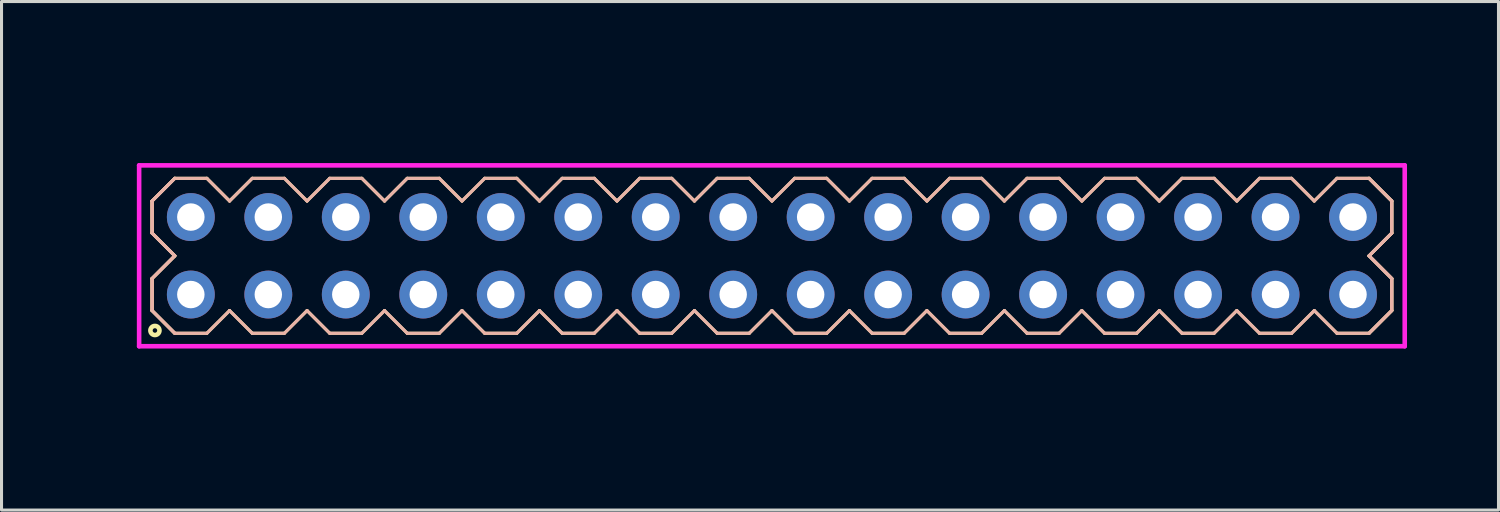
<source format=kicad_pcb>
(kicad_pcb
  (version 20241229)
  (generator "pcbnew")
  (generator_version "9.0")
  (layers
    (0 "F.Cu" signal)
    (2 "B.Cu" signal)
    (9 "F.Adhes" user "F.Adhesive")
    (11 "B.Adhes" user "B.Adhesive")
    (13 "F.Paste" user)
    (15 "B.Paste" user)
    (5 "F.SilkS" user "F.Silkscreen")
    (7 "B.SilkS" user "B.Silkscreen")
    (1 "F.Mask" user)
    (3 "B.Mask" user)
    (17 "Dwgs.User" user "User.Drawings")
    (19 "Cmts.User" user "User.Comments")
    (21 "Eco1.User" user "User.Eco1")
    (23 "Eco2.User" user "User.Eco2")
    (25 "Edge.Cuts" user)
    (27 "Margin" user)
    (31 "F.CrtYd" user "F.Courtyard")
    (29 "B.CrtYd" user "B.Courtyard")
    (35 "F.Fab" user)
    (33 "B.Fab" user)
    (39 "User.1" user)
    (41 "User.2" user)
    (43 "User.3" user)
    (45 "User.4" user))
  (footprint "HDR254P16x2"
    (layer "F.Cu")
    (at 22.256 5.336)
    (property "Reference" "HDR254P16x2" (at -21.495 0 90) (layer "User.1") (effects (font (size 1 1) (thickness 0.1))))
    (attr through_hole)
    (fp_line (start -20.32 -1.796) (end -19.576 -2.54) (stroke (width 0.1) (type solid)) (layer "F.SilkS"))
    (fp_line (start -20.32 -1.796) (end -19.576 -2.54) (stroke (width 0.1) (type solid)) (layer "F.SilkS"))
    (fp_line (start -20.32 -0.744) (end -20.32 -1.796) (stroke (width 0.1) (type solid)) (layer "F.SilkS"))
    (fp_line (start -20.32 -0.744) (end -20.32 -1.796) (stroke (width 0.1) (type solid)) (layer "F.SilkS"))
    (fp_line (start -20.32 0.744) (end -19.576 0) (stroke (width 0.1) (type solid)) (layer "F.SilkS"))
    (fp_line (start -20.32 0.744) (end -19.576 0) (stroke (width 0.1) (type solid)) (layer "F.SilkS"))
    (fp_line (start -20.32 1.796) (end -20.32 0.744) (stroke (width 0.1) (type solid)) (layer "F.SilkS"))
    (fp_line (start -20.32 1.796) (end -20.32 0.744) (stroke (width 0.1) (type solid)) (layer "F.SilkS"))
    (fp_line (start -19.576 -2.54) (end -18.524 -2.54) (stroke (width 0.1) (type solid)) (layer "F.SilkS"))
    (fp_line (start -19.576 0) (end -20.32 -0.744) (stroke (width 0.1) (type solid)) (layer "F.SilkS"))
    (fp_line (start -19.576 0) (end -20.32 -0.744) (stroke (width 0.1) (type solid)) (layer "F.SilkS"))
    (fp_line (start -19.576 2.54) (end -20.32 1.796) (stroke (width 0.1) (type solid)) (layer "F.SilkS"))
    (fp_line (start -19.576 2.54) (end -20.32 1.796) (stroke (width 0.1) (type solid)) (layer "F.SilkS"))
    (fp_line (start -18.524 -2.54) (end -17.78 -1.796) (stroke (width 0.1) (type solid)) (layer "F.SilkS"))
    (fp_line (start -18.524 2.54) (end -19.576 2.54) (stroke (width 0.1) (type solid)) (layer "F.SilkS"))
    (fp_line (start -17.78 -1.796) (end -17.036 -2.54) (stroke (width 0.1) (type solid)) (layer "F.SilkS"))
    (fp_line (start -17.78 1.796) (end -18.524 2.54) (stroke (width 0.1) (type solid)) (layer "F.SilkS"))
    (fp_line (start -17.036 -2.54) (end -15.984 -2.54) (stroke (width 0.1) (type solid)) (layer "F.SilkS"))
    (fp_line (start -17.036 2.54) (end -17.78 1.796) (stroke (width 0.1) (type solid)) (layer "F.SilkS"))
    (fp_line (start -15.984 -2.54) (end -15.24 -1.796) (stroke (width 0.1) (type solid)) (layer "F.SilkS"))
    (fp_line (start -15.984 2.54) (end -17.036 2.54) (stroke (width 0.1) (type solid)) (layer "F.SilkS"))
    (fp_line (start -15.24 -1.796) (end -14.496 -2.54) (stroke (width 0.1) (type solid)) (layer "F.SilkS"))
    (fp_line (start -15.24 1.796) (end -15.984 2.54) (stroke (width 0.1) (type solid)) (layer "F.SilkS"))
    (fp_line (start -14.496 -2.54) (end -13.444 -2.54) (stroke (width 0.1) (type solid)) (layer "F.SilkS"))
    (fp_line (start -14.496 2.54) (end -15.24 1.796) (stroke (width 0.1) (type solid)) (layer "F.SilkS"))
    (fp_line (start -13.444 -2.54) (end -12.7 -1.796) (stroke (width 0.1) (type solid)) (layer "F.SilkS"))
    (fp_line (start -13.444 2.54) (end -14.496 2.54) (stroke (width 0.1) (type solid)) (layer "F.SilkS"))
    (fp_line (start -12.7 -1.796) (end -11.956 -2.54) (stroke (width 0.1) (type solid)) (layer "F.SilkS"))
    (fp_line (start -12.7 1.796) (end -13.444 2.54) (stroke (width 0.1) (type solid)) (layer "F.SilkS"))
    (fp_line (start -11.956 -2.54) (end -10.904 -2.54) (stroke (width 0.1) (type solid)) (layer "F.SilkS"))
    (fp_line (start -11.956 2.54) (end -12.7 1.796) (stroke (width 0.1) (type solid)) (layer "F.SilkS"))
    (fp_line (start -10.904 -2.54) (end -10.16 -1.796) (stroke (width 0.1) (type solid)) (layer "F.SilkS"))
    (fp_line (start -10.904 2.54) (end -11.956 2.54) (stroke (width 0.1) (type solid)) (layer "F.SilkS"))
    (fp_line (start -10.16 -1.796) (end -9.416 -2.54) (stroke (width 0.1) (type solid)) (layer "F.SilkS"))
    (fp_line (start -10.16 1.796) (end -10.904 2.54) (stroke (width 0.1) (type solid)) (layer "F.SilkS"))
    (fp_line (start -9.416 -2.54) (end -8.364 -2.54) (stroke (width 0.1) (type solid)) (layer "F.SilkS"))
    (fp_line (start -9.416 2.54) (end -10.16 1.796) (stroke (width 0.1) (type solid)) (layer "F.SilkS"))
    (fp_line (start -8.364 -2.54) (end -7.62 -1.796) (stroke (width 0.1) (type solid)) (layer "F.SilkS"))
    (fp_line (start -8.364 2.54) (end -9.416 2.54) (stroke (width 0.1) (type solid)) (layer "F.SilkS"))
    (fp_line (start -7.62 -1.796) (end -6.876 -2.54) (stroke (width 0.1) (type solid)) (layer "F.SilkS"))
    (fp_line (start -7.62 1.796) (end -8.364 2.54) (stroke (width 0.1) (type solid)) (layer "F.SilkS"))
    (fp_line (start -6.876 -2.54) (end -5.824 -2.54) (stroke (width 0.1) (type solid)) (layer "F.SilkS"))
    (fp_line (start -6.876 2.54) (end -7.62 1.796) (stroke (width 0.1) (type solid)) (layer "F.SilkS"))
    (fp_line (start -5.824 -2.54) (end -5.08 -1.796) (stroke (width 0.1) (type solid)) (layer "F.SilkS"))
    (fp_line (start -5.824 2.54) (end -6.876 2.54) (stroke (width 0.1) (type solid)) (layer "F.SilkS"))
    (fp_line (start -5.08 -1.796) (end -4.336 -2.54) (stroke (width 0.1) (type solid)) (layer "F.SilkS"))
    (fp_line (start -5.08 1.796) (end -5.824 2.54) (stroke (width 0.1) (type solid)) (layer "F.SilkS"))
    (fp_line (start -4.336 -2.54) (end -3.284 -2.54) (stroke (width 0.1) (type solid)) (layer "F.SilkS"))
    (fp_line (start -4.336 2.54) (end -5.08 1.796) (stroke (width 0.1) (type solid)) (layer "F.SilkS"))
    (fp_line (start -3.284 -2.54) (end -2.54 -1.796) (stroke (width 0.1) (type solid)) (layer "F.SilkS"))
    (fp_line (start -3.284 2.54) (end -4.336 2.54) (stroke (width 0.1) (type solid)) (layer "F.SilkS"))
    (fp_line (start -2.54 -1.796) (end -1.796 -2.54) (stroke (width 0.1) (type solid)) (layer "F.SilkS"))
    (fp_line (start -2.54 1.796) (end -3.284 2.54) (stroke (width 0.1) (type solid)) (layer "F.SilkS"))
    (fp_line (start -1.796 -2.54) (end -0.744 -2.54) (stroke (width 0.1) (type solid)) (layer "F.SilkS"))
    (fp_line (start -1.796 2.54) (end -2.54 1.796) (stroke (width 0.1) (type solid)) (layer "F.SilkS"))
    (fp_line (start -0.744 -2.54) (end 0 -1.796) (stroke (width 0.1) (type solid)) (layer "F.SilkS"))
    (fp_line (start -0.744 2.54) (end -1.796 2.54) (stroke (width 0.1) (type solid)) (layer "F.SilkS"))
    (fp_line (start 0 -1.796) (end 0.744 -2.54) (stroke (width 0.1) (type solid)) (layer "F.SilkS"))
    (fp_line (start 0 1.796) (end -0.744 2.54) (stroke (width 0.1) (type solid)) (layer "F.SilkS"))
    (fp_line (start 0.744 -2.54) (end 1.796 -2.54) (stroke (width 0.1) (type solid)) (layer "F.SilkS"))
    (fp_line (start 0.744 2.54) (end 0 1.796) (stroke (width 0.1) (type solid)) (layer "F.SilkS"))
    (fp_line (start 1.796 -2.54) (end 2.54 -1.796) (stroke (width 0.1) (type solid)) (layer "F.SilkS"))
    (fp_line (start 1.796 2.54) (end 0.744 2.54) (stroke (width 0.1) (type solid)) (layer "F.SilkS"))
    (fp_line (start 2.54 -1.796) (end 3.284 -2.54) (stroke (width 0.1) (type solid)) (layer "F.SilkS"))
    (fp_line (start 2.54 1.796) (end 1.796 2.54) (stroke (width 0.1) (type solid)) (layer "F.SilkS"))
    (fp_line (start 3.284 -2.54) (end 4.336 -2.54) (stroke (width 0.1) (type solid)) (layer "F.SilkS"))
    (fp_line (start 3.284 2.54) (end 2.54 1.796) (stroke (width 0.1) (type solid)) (layer "F.SilkS"))
    (fp_line (start 4.336 -2.54) (end 5.08 -1.796) (stroke (width 0.1) (type solid)) (layer "F.SilkS"))
    (fp_line (start 4.336 2.54) (end 3.284 2.54) (stroke (width 0.1) (type solid)) (layer "F.SilkS"))
    (fp_line (start 5.08 -1.796) (end 5.824 -2.54) (stroke (width 0.1) (type solid)) (layer "F.SilkS"))
    (fp_line (start 5.08 1.796) (end 4.336 2.54) (stroke (width 0.1) (type solid)) (layer "F.SilkS"))
    (fp_line (start 5.824 -2.54) (end 6.876 -2.54) (stroke (width 0.1) (type solid)) (layer "F.SilkS"))
    (fp_line (start 5.824 2.54) (end 5.08 1.796) (stroke (width 0.1) (type solid)) (layer "F.SilkS"))
    (fp_line (start 6.876 -2.54) (end 7.62 -1.796) (stroke (width 0.1) (type solid)) (layer "F.SilkS"))
    (fp_line (start 6.876 2.54) (end 5.824 2.54) (stroke (width 0.1) (type solid)) (layer "F.SilkS"))
    (fp_line (start 7.62 -1.796) (end 8.364 -2.54) (stroke (width 0.1) (type solid)) (layer "F.SilkS"))
    (fp_line (start 7.62 1.796) (end 6.876 2.54) (stroke (width 0.1) (type solid)) (layer "F.SilkS"))
    (fp_line (start 8.364 -2.54) (end 9.416 -2.54) (stroke (width 0.1) (type solid)) (layer "F.SilkS"))
    (fp_line (start 8.364 2.54) (end 7.62 1.796) (stroke (width 0.1) (type solid)) (layer "F.SilkS"))
    (fp_line (start 9.416 -2.54) (end 10.16 -1.796) (stroke (width 0.1) (type solid)) (layer "F.SilkS"))
    (fp_line (start 9.416 2.54) (end 8.364 2.54) (stroke (width 0.1) (type solid)) (layer "F.SilkS"))
    (fp_line (start 10.16 -1.796) (end 10.904 -2.54) (stroke (width 0.1) (type solid)) (layer "F.SilkS"))
    (fp_line (start 10.16 1.796) (end 9.416 2.54) (stroke (width 0.1) (type solid)) (layer "F.SilkS"))
    (fp_line (start 10.904 -2.54) (end 11.956 -2.54) (stroke (width 0.1) (type solid)) (layer "F.SilkS"))
    (fp_line (start 10.904 2.54) (end 10.16 1.796) (stroke (width 0.1) (type solid)) (layer "F.SilkS"))
    (fp_line (start 11.956 -2.54) (end 12.7 -1.796) (stroke (width 0.1) (type solid)) (layer "F.SilkS"))
    (fp_line (start 11.956 2.54) (end 10.904 2.54) (stroke (width 0.1) (type solid)) (layer "F.SilkS"))
    (fp_line (start 12.7 -1.796) (end 13.444 -2.54) (stroke (width 0.1) (type solid)) (layer "F.SilkS"))
    (fp_line (start 12.7 1.796) (end 11.956 2.54) (stroke (width 0.1) (type solid)) (layer "F.SilkS"))
    (fp_line (start 13.444 -2.54) (end 14.496 -2.54) (stroke (width 0.1) (type solid)) (layer "F.SilkS"))
    (fp_line (start 13.444 2.54) (end 12.7 1.796) (stroke (width 0.1) (type solid)) (layer "F.SilkS"))
    (fp_line (start 14.496 -2.54) (end 15.24 -1.796) (stroke (width 0.1) (type solid)) (layer "F.SilkS"))
    (fp_line (start 14.496 2.54) (end 13.444 2.54) (stroke (width 0.1) (type solid)) (layer "F.SilkS"))
    (fp_line (start 15.24 -1.796) (end 15.984 -2.54) (stroke (width 0.1) (type solid)) (layer "F.SilkS"))
    (fp_line (start 15.24 1.796) (end 14.496 2.54) (stroke (width 0.1) (type solid)) (layer "F.SilkS"))
    (fp_line (start 15.984 -2.54) (end 17.036 -2.54) (stroke (width 0.1) (type solid)) (layer "F.SilkS"))
    (fp_line (start 15.984 2.54) (end 15.24 1.796) (stroke (width 0.1) (type solid)) (layer "F.SilkS"))
    (fp_line (start 17.036 -2.54) (end 17.78 -1.796) (stroke (width 0.1) (type solid)) (layer "F.SilkS"))
    (fp_line (start 17.036 2.54) (end 15.984 2.54) (stroke (width 0.1) (type solid)) (layer "F.SilkS"))
    (fp_line (start 17.78 -1.796) (end 18.524 -2.54) (stroke (width 0.1) (type solid)) (layer "F.SilkS"))
    (fp_line (start 17.78 1.796) (end 17.036 2.54) (stroke (width 0.1) (type solid)) (layer "F.SilkS"))
    (fp_line (start 18.524 -2.54) (end 19.576 -2.54) (stroke (width 0.1) (type solid)) (layer "F.SilkS"))
    (fp_line (start 18.524 2.54) (end 17.78 1.796) (stroke (width 0.1) (type solid)) (layer "F.SilkS"))
    (fp_line (start 19.576 -2.54) (end 20.32 -1.796) (stroke (width 0.1) (type solid)) (layer "F.SilkS"))
    (fp_line (start 19.576 -2.54) (end 20.32 -1.796) (stroke (width 0.1) (type solid)) (layer "F.SilkS"))
    (fp_line (start 19.576 0) (end 20.32 0.744) (stroke (width 0.1) (type solid)) (layer "F.SilkS"))
    (fp_line (start 19.576 0) (end 20.32 0.744) (stroke (width 0.1) (type solid)) (layer "F.SilkS"))
    (fp_line (start 19.576 2.54) (end 18.524 2.54) (stroke (width 0.1) (type solid)) (layer "F.SilkS"))
    (fp_line (start 20.32 -1.796) (end 20.32 -0.744) (stroke (width 0.1) (type solid)) (layer "F.SilkS"))
    (fp_line (start 20.32 -1.796) (end 20.32 -0.744) (stroke (width 0.1) (type solid)) (layer "F.SilkS"))
    (fp_line (start 20.32 -0.744) (end 19.576 0) (stroke (width 0.1) (type solid)) (layer "F.SilkS"))
    (fp_line (start 20.32 -0.744) (end 19.576 0) (stroke (width 0.1) (type solid)) (layer "F.SilkS"))
    (fp_line (start 20.32 0.744) (end 20.32 1.796) (stroke (width 0.1) (type solid)) (layer "F.SilkS"))
    (fp_line (start 20.32 0.744) (end 20.32 1.796) (stroke (width 0.1) (type solid)) (layer "F.SilkS"))
    (fp_line (start 20.32 1.796) (end 19.576 2.54) (stroke (width 0.1) (type solid)) (layer "F.SilkS"))
    (fp_line (start 20.32 1.796) (end 19.576 2.54) (stroke (width 0.1) (type solid)) (layer "F.SilkS"))
    (fp_circle (center -20.227 2.448) (end -20.078 2.448) (stroke (width 0.15) (type solid)) (fill no) (layer "F.SilkS"))
    (fp_line (start -20.32 -1.796) (end -19.576 -2.54) (stroke (width 0.1) (type solid)) (layer "B.SilkS"))
    (fp_line (start -20.32 -1.796) (end -19.576 -2.54) (stroke (width 0.1) (type solid)) (layer "B.SilkS"))
    (fp_line (start -20.32 -0.744) (end -20.32 -1.796) (stroke (width 0.1) (type solid)) (layer "B.SilkS"))
    (fp_line (start -20.32 -0.744) (end -20.32 -1.796) (stroke (width 0.1) (type solid)) (layer "B.SilkS"))
    (fp_line (start -20.32 0.744) (end -19.576 0) (stroke (width 0.1) (type solid)) (layer "B.SilkS"))
    (fp_line (start -20.32 0.744) (end -19.576 0) (stroke (width 0.1) (type solid)) (layer "B.SilkS"))
    (fp_line (start -20.32 1.796) (end -20.32 0.744) (stroke (width 0.1) (type solid)) (layer "B.SilkS"))
    (fp_line (start -20.32 1.796) (end -20.32 0.744) (stroke (width 0.1) (type solid)) (layer "B.SilkS"))
    (fp_line (start -19.576 -2.54) (end -18.524 -2.54) (stroke (width 0.1) (type solid)) (layer "B.SilkS"))
    (fp_line (start -19.576 0) (end -20.32 -0.744) (stroke (width 0.1) (type solid)) (layer "B.SilkS"))
    (fp_line (start -19.576 0) (end -20.32 -0.744) (stroke (width 0.1) (type solid)) (layer "B.SilkS"))
    (fp_line (start -19.576 2.54) (end -20.32 1.796) (stroke (width 0.1) (type solid)) (layer "B.SilkS"))
    (fp_line (start -19.576 2.54) (end -20.32 1.796) (stroke (width 0.1) (type solid)) (layer "B.SilkS"))
    (fp_line (start -18.524 -2.54) (end -17.78 -1.796) (stroke (width 0.1) (type solid)) (layer "B.SilkS"))
    (fp_line (start -18.524 2.54) (end -19.576 2.54) (stroke (width 0.1) (type solid)) (layer "B.SilkS"))
    (fp_line (start -17.78 -1.796) (end -17.036 -2.54) (stroke (width 0.1) (type solid)) (layer "B.SilkS"))
    (fp_line (start -17.78 1.796) (end -18.524 2.54) (stroke (width 0.1) (type solid)) (layer "B.SilkS"))
    (fp_line (start -17.036 -2.54) (end -15.984 -2.54) (stroke (width 0.1) (type solid)) (layer "B.SilkS"))
    (fp_line (start -17.036 2.54) (end -17.78 1.796) (stroke (width 0.1) (type solid)) (layer "B.SilkS"))
    (fp_line (start -15.984 -2.54) (end -15.24 -1.796) (stroke (width 0.1) (type solid)) (layer "B.SilkS"))
    (fp_line (start -15.984 2.54) (end -17.036 2.54) (stroke (width 0.1) (type solid)) (layer "B.SilkS"))
    (fp_line (start -15.24 -1.796) (end -14.496 -2.54) (stroke (width 0.1) (type solid)) (layer "B.SilkS"))
    (fp_line (start -15.24 1.796) (end -15.984 2.54) (stroke (width 0.1) (type solid)) (layer "B.SilkS"))
    (fp_line (start -14.496 -2.54) (end -13.444 -2.54) (stroke (width 0.1) (type solid)) (layer "B.SilkS"))
    (fp_line (start -14.496 2.54) (end -15.24 1.796) (stroke (width 0.1) (type solid)) (layer "B.SilkS"))
    (fp_line (start -13.444 -2.54) (end -12.7 -1.796) (stroke (width 0.1) (type solid)) (layer "B.SilkS"))
    (fp_line (start -13.444 2.54) (end -14.496 2.54) (stroke (width 0.1) (type solid)) (layer "B.SilkS"))
    (fp_line (start -12.7 -1.796) (end -11.956 -2.54) (stroke (width 0.1) (type solid)) (layer "B.SilkS"))
    (fp_line (start -12.7 1.796) (end -13.444 2.54) (stroke (width 0.1) (type solid)) (layer "B.SilkS"))
    (fp_line (start -11.956 -2.54) (end -10.904 -2.54) (stroke (width 0.1) (type solid)) (layer "B.SilkS"))
    (fp_line (start -11.956 2.54) (end -12.7 1.796) (stroke (width 0.1) (type solid)) (layer "B.SilkS"))
    (fp_line (start -10.904 -2.54) (end -10.16 -1.796) (stroke (width 0.1) (type solid)) (layer "B.SilkS"))
    (fp_line (start -10.904 2.54) (end -11.956 2.54) (stroke (width 0.1) (type solid)) (layer "B.SilkS"))
    (fp_line (start -10.16 -1.796) (end -9.416 -2.54) (stroke (width 0.1) (type solid)) (layer "B.SilkS"))
    (fp_line (start -10.16 1.796) (end -10.904 2.54) (stroke (width 0.1) (type solid)) (layer "B.SilkS"))
    (fp_line (start -9.416 -2.54) (end -8.364 -2.54) (stroke (width 0.1) (type solid)) (layer "B.SilkS"))
    (fp_line (start -9.416 2.54) (end -10.16 1.796) (stroke (width 0.1) (type solid)) (layer "B.SilkS"))
    (fp_line (start -8.364 -2.54) (end -7.62 -1.796) (stroke (width 0.1) (type solid)) (layer "B.SilkS"))
    (fp_line (start -8.364 2.54) (end -9.416 2.54) (stroke (width 0.1) (type solid)) (layer "B.SilkS"))
    (fp_line (start -7.62 -1.796) (end -6.876 -2.54) (stroke (width 0.1) (type solid)) (layer "B.SilkS"))
    (fp_line (start -7.62 1.796) (end -8.364 2.54) (stroke (width 0.1) (type solid)) (layer "B.SilkS"))
    (fp_line (start -6.876 -2.54) (end -5.824 -2.54) (stroke (width 0.1) (type solid)) (layer "B.SilkS"))
    (fp_line (start -6.876 2.54) (end -7.62 1.796) (stroke (width 0.1) (type solid)) (layer "B.SilkS"))
    (fp_line (start -5.824 -2.54) (end -5.08 -1.796) (stroke (width 0.1) (type solid)) (layer "B.SilkS"))
    (fp_line (start -5.824 2.54) (end -6.876 2.54) (stroke (width 0.1) (type solid)) (layer "B.SilkS"))
    (fp_line (start -5.08 -1.796) (end -4.336 -2.54) (stroke (width 0.1) (type solid)) (layer "B.SilkS"))
    (fp_line (start -5.08 1.796) (end -5.824 2.54) (stroke (width 0.1) (type solid)) (layer "B.SilkS"))
    (fp_line (start -4.336 -2.54) (end -3.284 -2.54) (stroke (width 0.1) (type solid)) (layer "B.SilkS"))
    (fp_line (start -4.336 2.54) (end -5.08 1.796) (stroke (width 0.1) (type solid)) (layer "B.SilkS"))
    (fp_line (start -3.284 -2.54) (end -2.54 -1.796) (stroke (width 0.1) (type solid)) (layer "B.SilkS"))
    (fp_line (start -3.284 2.54) (end -4.336 2.54) (stroke (width 0.1) (type solid)) (layer "B.SilkS"))
    (fp_line (start -2.54 -1.796) (end -1.796 -2.54) (stroke (width 0.1) (type solid)) (layer "B.SilkS"))
    (fp_line (start -2.54 1.796) (end -3.284 2.54) (stroke (width 0.1) (type solid)) (layer "B.SilkS"))
    (fp_line (start -1.796 -2.54) (end -0.744 -2.54) (stroke (width 0.1) (type solid)) (layer "B.SilkS"))
    (fp_line (start -1.796 2.54) (end -2.54 1.796) (stroke (width 0.1) (type solid)) (layer "B.SilkS"))
    (fp_line (start -0.744 -2.54) (end 0 -1.796) (stroke (width 0.1) (type solid)) (layer "B.SilkS"))
    (fp_line (start -0.744 2.54) (end -1.796 2.54) (stroke (width 0.1) (type solid)) (layer "B.SilkS"))
    (fp_line (start 0 -1.796) (end 0.744 -2.54) (stroke (width 0.1) (type solid)) (layer "B.SilkS"))
    (fp_line (start 0 1.796) (end -0.744 2.54) (stroke (width 0.1) (type solid)) (layer "B.SilkS"))
    (fp_line (start 0.744 -2.54) (end 1.796 -2.54) (stroke (width 0.1) (type solid)) (layer "B.SilkS"))
    (fp_line (start 0.744 2.54) (end 0 1.796) (stroke (width 0.1) (type solid)) (layer "B.SilkS"))
    (fp_line (start 1.796 -2.54) (end 2.54 -1.796) (stroke (width 0.1) (type solid)) (layer "B.SilkS"))
    (fp_line (start 1.796 2.54) (end 0.744 2.54) (stroke (width 0.1) (type solid)) (layer "B.SilkS"))
    (fp_line (start 2.54 -1.796) (end 3.284 -2.54) (stroke (width 0.1) (type solid)) (layer "B.SilkS"))
    (fp_line (start 2.54 1.796) (end 1.796 2.54) (stroke (width 0.1) (type solid)) (layer "B.SilkS"))
    (fp_line (start 3.284 -2.54) (end 4.336 -2.54) (stroke (width 0.1) (type solid)) (layer "B.SilkS"))
    (fp_line (start 3.284 2.54) (end 2.54 1.796) (stroke (width 0.1) (type solid)) (layer "B.SilkS"))
    (fp_line (start 4.336 -2.54) (end 5.08 -1.796) (stroke (width 0.1) (type solid)) (layer "B.SilkS"))
    (fp_line (start 4.336 2.54) (end 3.284 2.54) (stroke (width 0.1) (type solid)) (layer "B.SilkS"))
    (fp_line (start 5.08 -1.796) (end 5.824 -2.54) (stroke (width 0.1) (type solid)) (layer "B.SilkS"))
    (fp_line (start 5.08 1.796) (end 4.336 2.54) (stroke (width 0.1) (type solid)) (layer "B.SilkS"))
    (fp_line (start 5.824 -2.54) (end 6.876 -2.54) (stroke (width 0.1) (type solid)) (layer "B.SilkS"))
    (fp_line (start 5.824 2.54) (end 5.08 1.796) (stroke (width 0.1) (type solid)) (layer "B.SilkS"))
    (fp_line (start 6.876 -2.54) (end 7.62 -1.796) (stroke (width 0.1) (type solid)) (layer "B.SilkS"))
    (fp_line (start 6.876 2.54) (end 5.824 2.54) (stroke (width 0.1) (type solid)) (layer "B.SilkS"))
    (fp_line (start 7.62 -1.796) (end 8.364 -2.54) (stroke (width 0.1) (type solid)) (layer "B.SilkS"))
    (fp_line (start 7.62 1.796) (end 6.876 2.54) (stroke (width 0.1) (type solid)) (layer "B.SilkS"))
    (fp_line (start 8.364 -2.54) (end 9.416 -2.54) (stroke (width 0.1) (type solid)) (layer "B.SilkS"))
    (fp_line (start 8.364 2.54) (end 7.62 1.796) (stroke (width 0.1) (type solid)) (layer "B.SilkS"))
    (fp_line (start 9.416 -2.54) (end 10.16 -1.796) (stroke (width 0.1) (type solid)) (layer "B.SilkS"))
    (fp_line (start 9.416 2.54) (end 8.364 2.54) (stroke (width 0.1) (type solid)) (layer "B.SilkS"))
    (fp_line (start 10.16 -1.796) (end 10.904 -2.54) (stroke (width 0.1) (type solid)) (layer "B.SilkS"))
    (fp_line (start 10.16 1.796) (end 9.416 2.54) (stroke (width 0.1) (type solid)) (layer "B.SilkS"))
    (fp_line (start 10.904 -2.54) (end 11.956 -2.54) (stroke (width 0.1) (type solid)) (layer "B.SilkS"))
    (fp_line (start 10.904 2.54) (end 10.16 1.796) (stroke (width 0.1) (type solid)) (layer "B.SilkS"))
    (fp_line (start 11.956 -2.54) (end 12.7 -1.796) (stroke (width 0.1) (type solid)) (layer "B.SilkS"))
    (fp_line (start 11.956 2.54) (end 10.904 2.54) (stroke (width 0.1) (type solid)) (layer "B.SilkS"))
    (fp_line (start 12.7 -1.796) (end 13.444 -2.54) (stroke (width 0.1) (type solid)) (layer "B.SilkS"))
    (fp_line (start 12.7 1.796) (end 11.956 2.54) (stroke (width 0.1) (type solid)) (layer "B.SilkS"))
    (fp_line (start 13.444 -2.54) (end 14.496 -2.54) (stroke (width 0.1) (type solid)) (layer "B.SilkS"))
    (fp_line (start 13.444 2.54) (end 12.7 1.796) (stroke (width 0.1) (type solid)) (layer "B.SilkS"))
    (fp_line (start 14.496 -2.54) (end 15.24 -1.796) (stroke (width 0.1) (type solid)) (layer "B.SilkS"))
    (fp_line (start 14.496 2.54) (end 13.444 2.54) (stroke (width 0.1) (type solid)) (layer "B.SilkS"))
    (fp_line (start 15.24 -1.796) (end 15.984 -2.54) (stroke (width 0.1) (type solid)) (layer "B.SilkS"))
    (fp_line (start 15.24 1.796) (end 14.496 2.54) (stroke (width 0.1) (type solid)) (layer "B.SilkS"))
    (fp_line (start 15.984 -2.54) (end 17.036 -2.54) (stroke (width 0.1) (type solid)) (layer "B.SilkS"))
    (fp_line (start 15.984 2.54) (end 15.24 1.796) (stroke (width 0.1) (type solid)) (layer "B.SilkS"))
    (fp_line (start 17.036 -2.54) (end 17.78 -1.796) (stroke (width 0.1) (type solid)) (layer "B.SilkS"))
    (fp_line (start 17.036 2.54) (end 15.984 2.54) (stroke (width 0.1) (type solid)) (layer "B.SilkS"))
    (fp_line (start 17.78 -1.796) (end 18.524 -2.54) (stroke (width 0.1) (type solid)) (layer "B.SilkS"))
    (fp_line (start 17.78 1.796) (end 17.036 2.54) (stroke (width 0.1) (type solid)) (layer "B.SilkS"))
    (fp_line (start 18.524 -2.54) (end 19.576 -2.54) (stroke (width 0.1) (type solid)) (layer "B.SilkS"))
    (fp_line (start 18.524 2.54) (end 17.78 1.796) (stroke (width 0.1) (type solid)) (layer "B.SilkS"))
    (fp_line (start 19.576 -2.54) (end 20.32 -1.796) (stroke (width 0.1) (type solid)) (layer "B.SilkS"))
    (fp_line (start 19.576 -2.54) (end 20.32 -1.796) (stroke (width 0.1) (type solid)) (layer "B.SilkS"))
    (fp_line (start 19.576 0) (end 20.32 0.744) (stroke (width 0.1) (type solid)) (layer "B.SilkS"))
    (fp_line (start 19.576 0) (end 20.32 0.744) (stroke (width 0.1) (type solid)) (layer "B.SilkS"))
    (fp_line (start 19.576 2.54) (end 18.524 2.54) (stroke (width 0.1) (type solid)) (layer "B.SilkS"))
    (fp_line (start 20.32 -1.796) (end 20.32 -0.744) (stroke (width 0.1) (type solid)) (layer "B.SilkS"))
    (fp_line (start 20.32 -1.796) (end 20.32 -0.744) (stroke (width 0.1) (type solid)) (layer "B.SilkS"))
    (fp_line (start 20.32 -0.744) (end 19.576 0) (stroke (width 0.1) (type solid)) (layer "B.SilkS"))
    (fp_line (start 20.32 -0.744) (end 19.576 0) (stroke (width 0.1) (type solid)) (layer "B.SilkS"))
    (fp_line (start 20.32 0.744) (end 20.32 1.796) (stroke (width 0.1) (type solid)) (layer "B.SilkS"))
    (fp_line (start 20.32 0.744) (end 20.32 1.796) (stroke (width 0.1) (type solid)) (layer "B.SilkS"))
    (fp_line (start 20.32 1.796) (end 19.576 2.54) (stroke (width 0.1) (type solid)) (layer "B.SilkS"))
    (fp_line (start 20.32 1.796) (end 19.576 2.54) (stroke (width 0.1) (type solid)) (layer "B.SilkS"))
    (fp_line (start -20.745 -2.965) (end -20.745 2.965) (stroke (width 0.15) (type solid)) (layer "F.CrtYd"))
    (fp_line (start -20.745 2.965) (end 20.745 2.965) (stroke (width 0.15) (type solid)) (layer "F.CrtYd"))
    (fp_line (start 20.745 -2.965) (end -20.745 -2.965) (stroke (width 0.15) (type solid)) (layer "F.CrtYd"))
    (fp_line (start 20.745 2.965) (end 20.745 -2.965) (stroke (width 0.15) (type solid)) (layer "F.CrtYd"))
    (pad "1" thru_hole oval (at -19.05 1.27) (size 1.57 1.57) (drill 0.9) (layers "*.Cu" "*.Mask"))
    (pad "2" thru_hole oval (at -19.05 -1.27) (size 1.57 1.57) (drill 0.9) (layers "*.Cu" "*.Mask"))
    (pad "3" thru_hole oval (at -16.51 1.27) (size 1.57 1.57) (drill 0.9) (layers "*.Cu" "*.Mask"))
    (pad "4" thru_hole oval (at -16.51 -1.27) (size 1.57 1.57) (drill 0.9) (layers "*.Cu" "*.Mask"))
    (pad "5" thru_hole oval (at -13.97 1.27) (size 1.57 1.57) (drill 0.9) (layers "*.Cu" "*.Mask"))
    (pad "6" thru_hole oval (at -13.97 -1.27) (size 1.57 1.57) (drill 0.9) (layers "*.Cu" "*.Mask"))
    (pad "7" thru_hole oval (at -11.43 1.27) (size 1.57 1.57) (drill 0.9) (layers "*.Cu" "*.Mask"))
    (pad "8" thru_hole oval (at -11.43 -1.27) (size 1.57 1.57) (drill 0.9) (layers "*.Cu" "*.Mask"))
    (pad "9" thru_hole oval (at -8.89 1.27) (size 1.57 1.57) (drill 0.9) (layers "*.Cu" "*.Mask"))
    (pad "10" thru_hole oval (at -8.89 -1.27) (size 1.57 1.57) (drill 0.9) (layers "*.Cu" "*.Mask"))
    (pad "11" thru_hole oval (at -6.35 1.27) (size 1.57 1.57) (drill 0.9) (layers "*.Cu" "*.Mask"))
    (pad "12" thru_hole oval (at -6.35 -1.27) (size 1.57 1.57) (drill 0.9) (layers "*.Cu" "*.Mask"))
    (pad "13" thru_hole oval (at -3.81 1.27) (size 1.57 1.57) (drill 0.9) (layers "*.Cu" "*.Mask"))
    (pad "14" thru_hole oval (at -3.81 -1.27) (size 1.57 1.57) (drill 0.9) (layers "*.Cu" "*.Mask"))
    (pad "15" thru_hole oval (at -1.27 1.27) (size 1.57 1.57) (drill 0.9) (layers "*.Cu" "*.Mask"))
    (pad "16" thru_hole oval (at -1.27 -1.27) (size 1.57 1.57) (drill 0.9) (layers "*.Cu" "*.Mask"))
    (pad "17" thru_hole oval (at 1.27 1.27) (size 1.57 1.57) (drill 0.9) (layers "*.Cu" "*.Mask"))
    (pad "18" thru_hole oval (at 1.27 -1.27) (size 1.57 1.57) (drill 0.9) (layers "*.Cu" "*.Mask"))
    (pad "19" thru_hole oval (at 3.81 1.27) (size 1.57 1.57) (drill 0.9) (layers "*.Cu" "*.Mask"))
    (pad "20" thru_hole oval (at 3.81 -1.27) (size 1.57 1.57) (drill 0.9) (layers "*.Cu" "*.Mask"))
    (pad "21" thru_hole oval (at 6.35 1.27) (size 1.57 1.57) (drill 0.9) (layers "*.Cu" "*.Mask"))
    (pad "22" thru_hole oval (at 6.35 -1.27) (size 1.57 1.57) (drill 0.9) (layers "*.Cu" "*.Mask"))
    (pad "23" thru_hole oval (at 8.89 1.27) (size 1.57 1.57) (drill 0.9) (layers "*.Cu" "*.Mask"))
    (pad "24" thru_hole oval (at 8.89 -1.27) (size 1.57 1.57) (drill 0.9) (layers "*.Cu" "*.Mask"))
    (pad "25" thru_hole oval (at 11.43 1.27) (size 1.57 1.57) (drill 0.9) (layers "*.Cu" "*.Mask"))
    (pad "26" thru_hole oval (at 11.43 -1.27) (size 1.57 1.57) (drill 0.9) (layers "*.Cu" "*.Mask"))
    (pad "27" thru_hole oval (at 13.97 1.27) (size 1.57 1.57) (drill 0.9) (layers "*.Cu" "*.Mask"))
    (pad "28" thru_hole oval (at 13.97 -1.27) (size 1.57 1.57) (drill 0.9) (layers "*.Cu" "*.Mask"))
    (pad "29" thru_hole oval (at 16.51 1.27) (size 1.57 1.57) (drill 0.9) (layers "*.Cu" "*.Mask"))
    (pad "30" thru_hole oval (at 16.51 -1.27) (size 1.57 1.57) (drill 0.9) (layers "*.Cu" "*.Mask"))
    (pad "31" thru_hole oval (at 19.05 1.27) (size 1.57 1.57) (drill 0.9) (layers "*.Cu" "*.Mask"))
    (pad "32" thru_hole oval (at 19.05 -1.27) (size 1.57 1.57) (drill 0.9) (layers "*.Cu" "*.Mask")))
  (gr_rect
    (start -3 -3)
    (end 46.075 13.671)
    (stroke (width 0.1) (type default))
    (fill no)
    (layer "Edge.Cuts")))
</source>
